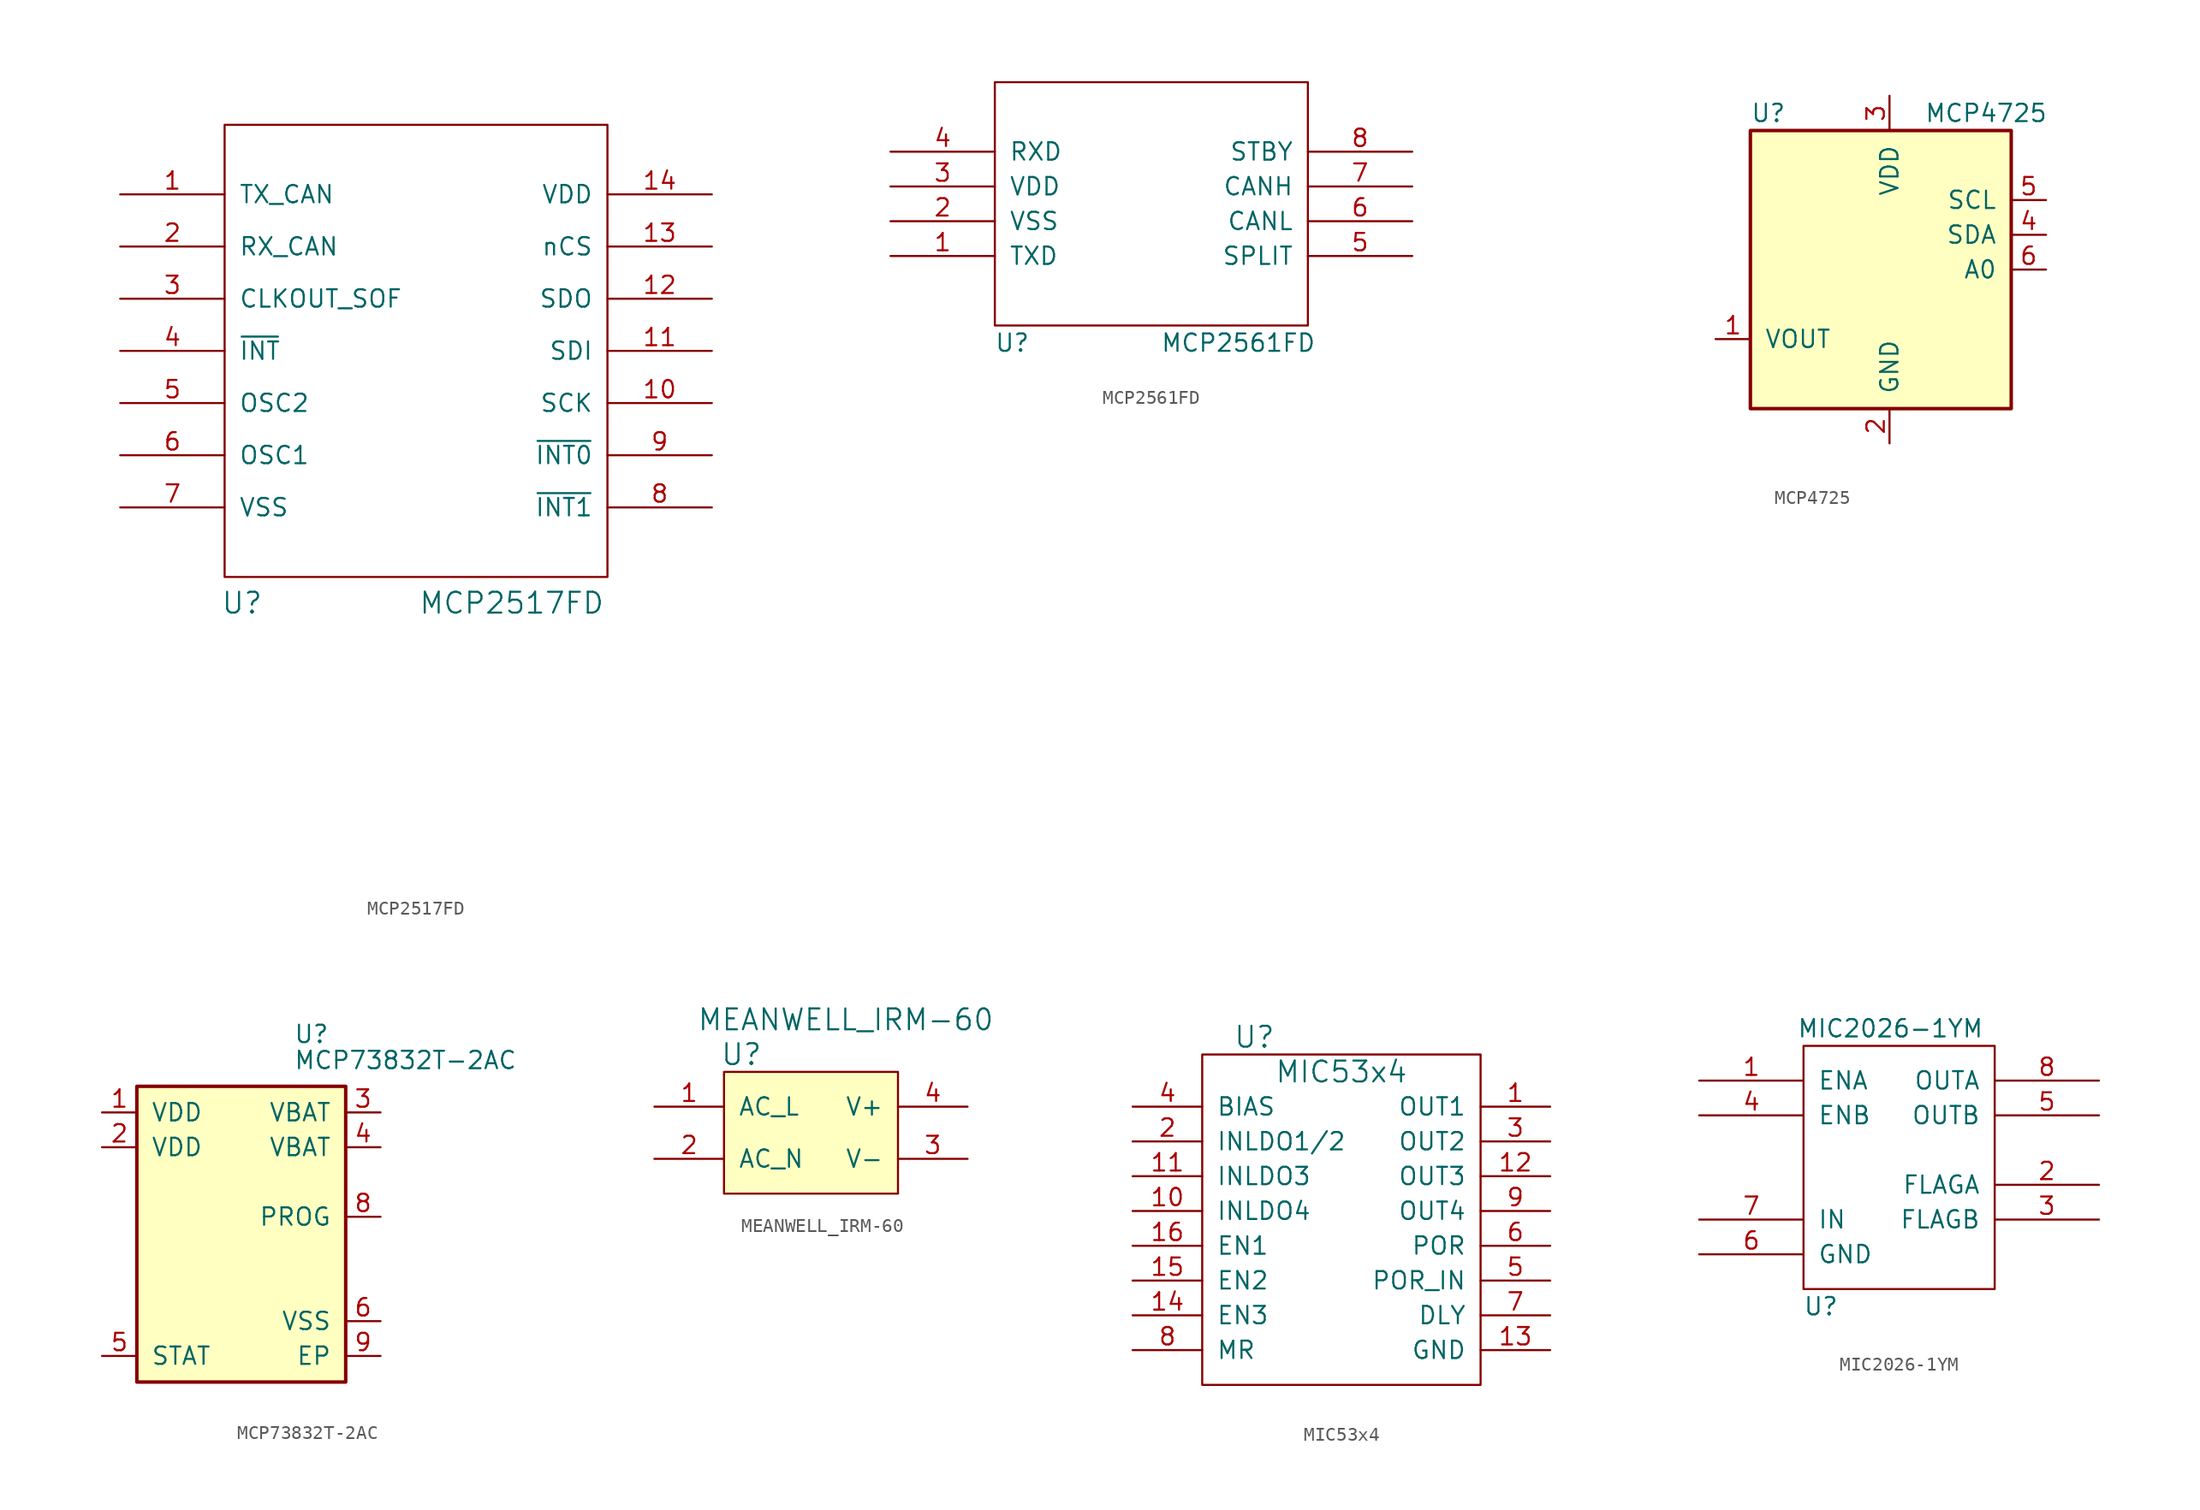
<source format=kicad_sym>
(kicad_symbol_lib
  (version 20211014)
  (generator kicad_symbol_editor)
  (symbol "MCP2517FD"
    (pin_names
      (offset 1.016))
    (property "Reference" "U"
      (at 1.27 53.975 0)
      (effects (font (size 1.524 1.524))))
    (property "Value" "MCP2517FD"
      (at 20.955 53.975 0)
      (effects (font (size 1.524 1.524))))
    (property "Footprint" ""
      (at 26.67 38.1 0)
      (effects (font (size 1.524 1.524))))
    (property "Datasheet" ""
      (at 26.67 38.1 0)
      (effects (font (size 1.524 1.524))))
    (symbol "MCP2517FD_0_1"
      (rectangle (start 0 55.88) (end 27.94 88.9) (stroke (width 0) (type default) (color 0 0 0 0)) (fill (type none))))
    (symbol "MCP2517FD_1_1"
      (pin output line (at -7.62 83.82 0) (length 7.62) (name "TX_CAN" (effects (font (size 1.27 1.27)))) (number "1" (effects (font (size 1.27 1.27)))))
      (pin input line (at 35.56 68.58 180) (length 7.62) (name "SCK" (effects (font (size 1.27 1.27)))) (number "10" (effects (font (size 1.27 1.27)))))
      (pin input line (at 35.56 72.39 180) (length 7.62) (name "SDI" (effects (font (size 1.27 1.27)))) (number "11" (effects (font (size 1.27 1.27)))))
      (pin input line (at 35.56 76.2 180) (length 7.62) (name "SDO" (effects (font (size 1.27 1.27)))) (number "12" (effects (font (size 1.27 1.27)))))
      (pin input line (at 35.56 80.01 180) (length 7.62) (name "nCS" (effects (font (size 1.27 1.27)))) (number "13" (effects (font (size 1.27 1.27)))))
      (pin input line (at 35.56 83.82 180) (length 7.62) (name "VDD" (effects (font (size 1.27 1.27)))) (number "14" (effects (font (size 1.27 1.27)))))
      (pin input line (at -7.62 80.01 0) (length 7.62) (name "RX_CAN" (effects (font (size 1.27 1.27)))) (number "2" (effects (font (size 1.27 1.27)))))
      (pin input line (at -7.62 76.2 0) (length 7.62) (name "CLKOUT_SOF" (effects (font (size 1.27 1.27)))) (number "3" (effects (font (size 1.27 1.27)))))
      (pin input line (at -7.62 72.39 0) (length 7.62) (name "~{INT}" (effects (font (size 1.27 1.27)))) (number "4" (effects (font (size 1.27 1.27)))))
      (pin input line (at -7.62 68.58 0) (length 7.62) (name "OSC2" (effects (font (size 1.27 1.27)))) (number "5" (effects (font (size 1.27 1.27)))))
      (pin input line (at -7.62 64.77 0) (length 7.62) (name "OSC1" (effects (font (size 1.27 1.27)))) (number "6" (effects (font (size 1.27 1.27)))))
      (pin input line (at -7.62 60.96 0) (length 7.62) (name "VSS" (effects (font (size 1.27 1.27)))) (number "7" (effects (font (size 1.27 1.27)))))
      (pin input line (at 35.56 60.96 180) (length 7.62) (name "~{INT1}" (effects (font (size 1.27 1.27)))) (number "8" (effects (font (size 1.27 1.27)))))
      (pin input line (at 35.56 64.77 180) (length 7.62) (name "~{INT0}" (effects (font (size 1.27 1.27)))) (number "9" (effects (font (size 1.27 1.27)))))))
  (symbol "MCP2561FD"
    (pin_names
      (offset 1.016))
    (property "Reference" "U"
      (at -10.16 -10.16 0)
      (effects (font (size 1.27 1.27))))
    (property "Value" "MCP2561FD"
      (at 6.35 -10.16 0)
      (effects (font (size 1.27 1.27))))
    (symbol "MCP2561FD_1_0"
      (rectangle (start -11.43 -8.89) (end 11.43 8.89) (stroke (width 0) (type default) (color 0 0 0 0)) (fill (type none))))
    (symbol "MCP2561FD_1_1"
      (pin input line (at -19.05 -3.81 0) (length 7.62) (name "TXD" (effects (font (size 1.27 1.27)))) (number "1" (effects (font (size 1.27 1.27)))))
      (pin input line (at -19.05 -1.27 0) (length 7.62) (name "VSS" (effects (font (size 1.27 1.27)))) (number "2" (effects (font (size 1.27 1.27)))))
      (pin input line (at -19.05 1.27 0) (length 7.62) (name "VDD" (effects (font (size 1.27 1.27)))) (number "3" (effects (font (size 1.27 1.27)))))
      (pin output line (at -19.05 3.81 0) (length 7.62) (name "RXD" (effects (font (size 1.27 1.27)))) (number "4" (effects (font (size 1.27 1.27)))))
      (pin input line (at 19.05 -3.81 180) (length 7.62) (name "SPLIT" (effects (font (size 1.27 1.27)))) (number "5" (effects (font (size 1.27 1.27)))))
      (pin bidirectional line (at 19.05 -1.27 180) (length 7.62) (name "CANL" (effects (font (size 1.27 1.27)))) (number "6" (effects (font (size 1.27 1.27)))))
      (pin bidirectional line (at 19.05 1.27 180) (length 7.62) (name "CANH" (effects (font (size 1.27 1.27)))) (number "7" (effects (font (size 1.27 1.27)))))
      (pin input line (at 19.05 3.81 180) (length 7.62) (name "STBY" (effects (font (size 1.27 1.27)))) (number "8" (effects (font (size 1.27 1.27)))))))
  (symbol "MCP4725"
    (pin_names
      (offset 1.016))
    (property "Reference" "U"
      (at -10.16 11.43 0)
      (effects (font (size 1.27 1.27)) (justify left)))
    (property "Value" "MCP4725"
      (at 2.54 11.43 0)
      (effects (font (size 1.27 1.27)) (justify left)))
    (property "Footprint" ""
      (at 3.81 -1.27 0)
      (effects (font (size 1.27 1.27))))
    (property "Datasheet" ""
      (at -22.86 10.16 0)
      (effects (font (size 1.27 1.27))))
    (symbol "MCP4725_0_1"
      (rectangle (start 8.89 10.16) (end -10.16 -10.16) (stroke (width 0.254) (type default) (color 0 0 0 0)) (fill (type background))))
    (symbol "MCP4725_1_1"
      (pin input line (at -12.7 -5.08 0) (length 2.54) (name "VOUT" (effects (font (size 1.27 1.27)))) (number "1" (effects (font (size 1.27 1.27)))))
      (pin power_in line (at 0 -12.7 90) (length 2.54) (name "GND" (effects (font (size 1.27 1.27)))) (number "2" (effects (font (size 1.27 1.27)))))
      (pin power_in line (at 0 12.7 270) (length 2.54) (name "VDD" (effects (font (size 1.27 1.27)))) (number "3" (effects (font (size 1.27 1.27)))))
      (pin input line (at 11.43 2.54 180) (length 2.54) (name "SDA" (effects (font (size 1.27 1.27)))) (number "4" (effects (font (size 1.27 1.27)))))
      (pin output line (at 11.43 5.08 180) (length 2.54) (name "SCL" (effects (font (size 1.27 1.27)))) (number "5" (effects (font (size 1.27 1.27)))))
      (pin input line (at 11.43 0 180) (length 2.54) (name "A0" (effects (font (size 1.27 1.27)))) (number "6" (effects (font (size 1.27 1.27)))))))
  (symbol "MCP73832T-2AC"
    (pin_names
      (offset 1.016))
    (property "Reference" "U"
      (at 3.81 14.605 0)
      (effects (font (size 1.27 1.27)) (justify left)))
    (property "Value" "MCP73832T-2AC"
      (at 3.81 12.7 0)
      (effects (font (size 1.27 1.27)) (justify left)))
    (symbol "MCP73832T-2AC_0_1"
      (rectangle (start -7.62 10.795) (end 7.62 -10.795) (stroke (width 0.254) (type default) (color 0 0 0 0)) (fill (type background))))
    (symbol "MCP73832T-2AC_1_1"
      (pin power_in line (at -10.16 8.89 0) (length 2.54) (name "VDD" (effects (font (size 1.27 1.27)))) (number "1" (effects (font (size 1.27 1.27)))))
      (pin power_in line (at -10.16 6.35 0) (length 2.54) (name "VDD" (effects (font (size 1.27 1.27)))) (number "2" (effects (font (size 1.27 1.27)))))
      (pin power_out line (at 10.16 8.89 180) (length 2.54) (name "VBAT" (effects (font (size 1.27 1.27)))) (number "3" (effects (font (size 1.27 1.27)))))
      (pin power_out line (at 10.16 6.35 180) (length 2.54) (name "VBAT" (effects (font (size 1.27 1.27)))) (number "4" (effects (font (size 1.27 1.27)))))
      (pin output line (at -10.16 -8.89 0) (length 2.54) (name "STAT" (effects (font (size 1.27 1.27)))) (number "5" (effects (font (size 1.27 1.27)))))
      (pin power_in line (at 10.16 -6.35 180) (length 2.54) (name "VSS" (effects (font (size 1.27 1.27)))) (number "6" (effects (font (size 1.27 1.27)))))
      (pin no_connect line (at -10.16 0 0) (length 2.54) hide (name "NC" (effects (font (size 1.27 1.27)))) (number "7" (effects (font (size 1.27 1.27)))))
      (pin input line (at 10.16 1.27 180) (length 2.54) (name "PROG" (effects (font (size 1.27 1.27)))) (number "8" (effects (font (size 1.27 1.27)))))
      (pin power_in line (at 10.16 -8.89 180) (length 2.54) (name "EP" (effects (font (size 1.27 1.27)))) (number "9" (effects (font (size 1.27 1.27)))))))
  (symbol "MEANWELL_IRM-60"
    (pin_names
      (offset 1.016))
    (property "Reference" "U"
      (at -5.08 1.27 0)
      (effects (font (size 1.524 1.524))))
    (property "Value" "MEANWELL_IRM-60"
      (at 2.54 3.81 0)
      (effects (font (size 1.524 1.524))))
    (symbol "MEANWELL_IRM-60_0_0"
      (rectangle (start -6.35 0) (end 6.35 -8.89) (stroke (width 0) (type default) (color 0 0 0 0)) (fill (type background))))
    (symbol "MEANWELL_IRM-60_1_1"
      (pin input line (at -11.43 -2.54 0) (length 5.08) (name "AC_L" (effects (font (size 1.27 1.27)))) (number "1" (effects (font (size 1.27 1.27)))))
      (pin input line (at -11.43 -6.35 0) (length 5.08) (name "AC_N" (effects (font (size 1.27 1.27)))) (number "2" (effects (font (size 1.27 1.27)))))
      (pin input line (at 11.43 -6.35 180) (length 5.08) (name "V-" (effects (font (size 1.27 1.27)))) (number "3" (effects (font (size 1.27 1.27)))))
      (pin input line (at 11.43 -2.54 180) (length 5.08) (name "V+" (effects (font (size 1.27 1.27)))) (number "4" (effects (font (size 1.27 1.27)))))))
  (symbol "MIC53x4"
    (pin_names
      (offset 1.016))
    (property "Reference" "U"
      (at -6.35 1.27 0)
      (effects (font (size 1.524 1.524))))
    (property "Value" "MIC53x4"
      (at 0 -1.27 0)
      (effects (font (size 1.524 1.524))))
    (symbol "MIC53x4_0_1"
      (rectangle (start -10.16 0) (end 10.16 -24.13) (stroke (width 0) (type default) (color 0 0 0 0)) (fill (type none))))
    (symbol "MIC53x4_1_1"
      (pin input line (at 15.24 -3.81 180) (length 5.08) (name "OUT1" (effects (font (size 1.27 1.27)))) (number "1" (effects (font (size 1.27 1.27)))))
      (pin input line (at -15.24 -11.43 0) (length 5.08) (name "INLDO4" (effects (font (size 1.27 1.27)))) (number "10" (effects (font (size 1.27 1.27)))))
      (pin input line (at -15.24 -8.89 0) (length 5.08) (name "INLDO3" (effects (font (size 1.27 1.27)))) (number "11" (effects (font (size 1.27 1.27)))))
      (pin input line (at 15.24 -8.89 180) (length 5.08) (name "OUT3" (effects (font (size 1.27 1.27)))) (number "12" (effects (font (size 1.27 1.27)))))
      (pin input line (at 15.24 -21.59 180) (length 5.08) (name "GND" (effects (font (size 1.27 1.27)))) (number "13" (effects (font (size 1.27 1.27)))))
      (pin input line (at -15.24 -19.05 0) (length 5.08) (name "EN3" (effects (font (size 1.27 1.27)))) (number "14" (effects (font (size 1.27 1.27)))))
      (pin input line (at -15.24 -16.51 0) (length 5.08) (name "EN2" (effects (font (size 1.27 1.27)))) (number "15" (effects (font (size 1.27 1.27)))))
      (pin input line (at -15.24 -13.97 0) (length 5.08) (name "EN1" (effects (font (size 1.27 1.27)))) (number "16" (effects (font (size 1.27 1.27)))))
      (pin input line (at -15.24 -6.35 0) (length 5.08) (name "INLDO1/2" (effects (font (size 1.27 1.27)))) (number "2" (effects (font (size 1.27 1.27)))))
      (pin input line (at 15.24 -6.35 180) (length 5.08) (name "OUT2" (effects (font (size 1.27 1.27)))) (number "3" (effects (font (size 1.27 1.27)))))
      (pin input line (at -15.24 -3.81 0) (length 5.08) (name "BIAS" (effects (font (size 1.27 1.27)))) (number "4" (effects (font (size 1.27 1.27)))))
      (pin input line (at 15.24 -16.51 180) (length 5.08) (name "POR_IN" (effects (font (size 1.27 1.27)))) (number "5" (effects (font (size 1.27 1.27)))))
      (pin input line (at 15.24 -13.97 180) (length 5.08) (name "POR" (effects (font (size 1.27 1.27)))) (number "6" (effects (font (size 1.27 1.27)))))
      (pin input line (at 15.24 -19.05 180) (length 5.08) (name "DLY" (effects (font (size 1.27 1.27)))) (number "7" (effects (font (size 1.27 1.27)))))
      (pin input line (at -15.24 -21.59 0) (length 5.08) (name "MR" (effects (font (size 1.27 1.27)))) (number "8" (effects (font (size 1.27 1.27)))))
      (pin input line (at 15.24 -11.43 180) (length 5.08) (name "OUT4" (effects (font (size 1.27 1.27)))) (number "9" (effects (font (size 1.27 1.27)))))))
  (symbol "MIC2026-1YM"
    (pin_names
      (offset 1.016))
    (property "Reference" "U"
      (at -6.35 -10.16 0)
      (effects (font (size 1.27 1.27))))
    (property "Value" "MIC2026-1YM"
      (at -1.27 10.16 0)
      (effects (font (size 1.27 1.27))))
    (symbol "MIC2026-1YM_1_0"
      (rectangle (start -7.62 -8.89) (end 6.35 8.89) (stroke (width 0) (type default) (color 0 0 0 0)) (fill (type none))))
    (symbol "MIC2026-1YM_1_1"
      (pin input line (at -15.24 6.35 0) (length 7.62) (name "ENA" (effects (font (size 1.27 1.27)))) (number "1" (effects (font (size 1.27 1.27)))))
      (pin output line (at 13.97 -1.27 180) (length 7.62) (name "FLAGA" (effects (font (size 1.27 1.27)))) (number "2" (effects (font (size 1.27 1.27)))))
      (pin output line (at 13.97 -3.81 180) (length 7.62) (name "FLAGB" (effects (font (size 1.27 1.27)))) (number "3" (effects (font (size 1.27 1.27)))))
      (pin input line (at -15.24 3.81 0) (length 7.62) (name "ENB" (effects (font (size 1.27 1.27)))) (number "4" (effects (font (size 1.27 1.27)))))
      (pin output line (at 13.97 3.81 180) (length 7.62) (name "OUTB" (effects (font (size 1.27 1.27)))) (number "5" (effects (font (size 1.27 1.27)))))
      (pin power_in line (at -15.24 -6.35 0) (length 7.62) (name "GND" (effects (font (size 1.27 1.27)))) (number "6" (effects (font (size 1.27 1.27)))))
      (pin power_in line (at -15.24 -3.81 0) (length 7.62) (name "IN" (effects (font (size 1.27 1.27)))) (number "7" (effects (font (size 1.27 1.27)))))
      (pin output line (at 13.97 6.35 180) (length 7.62) (name "OUTA" (effects (font (size 1.27 1.27)))) (number "8" (effects (font (size 1.27 1.27))))))))
</source>
